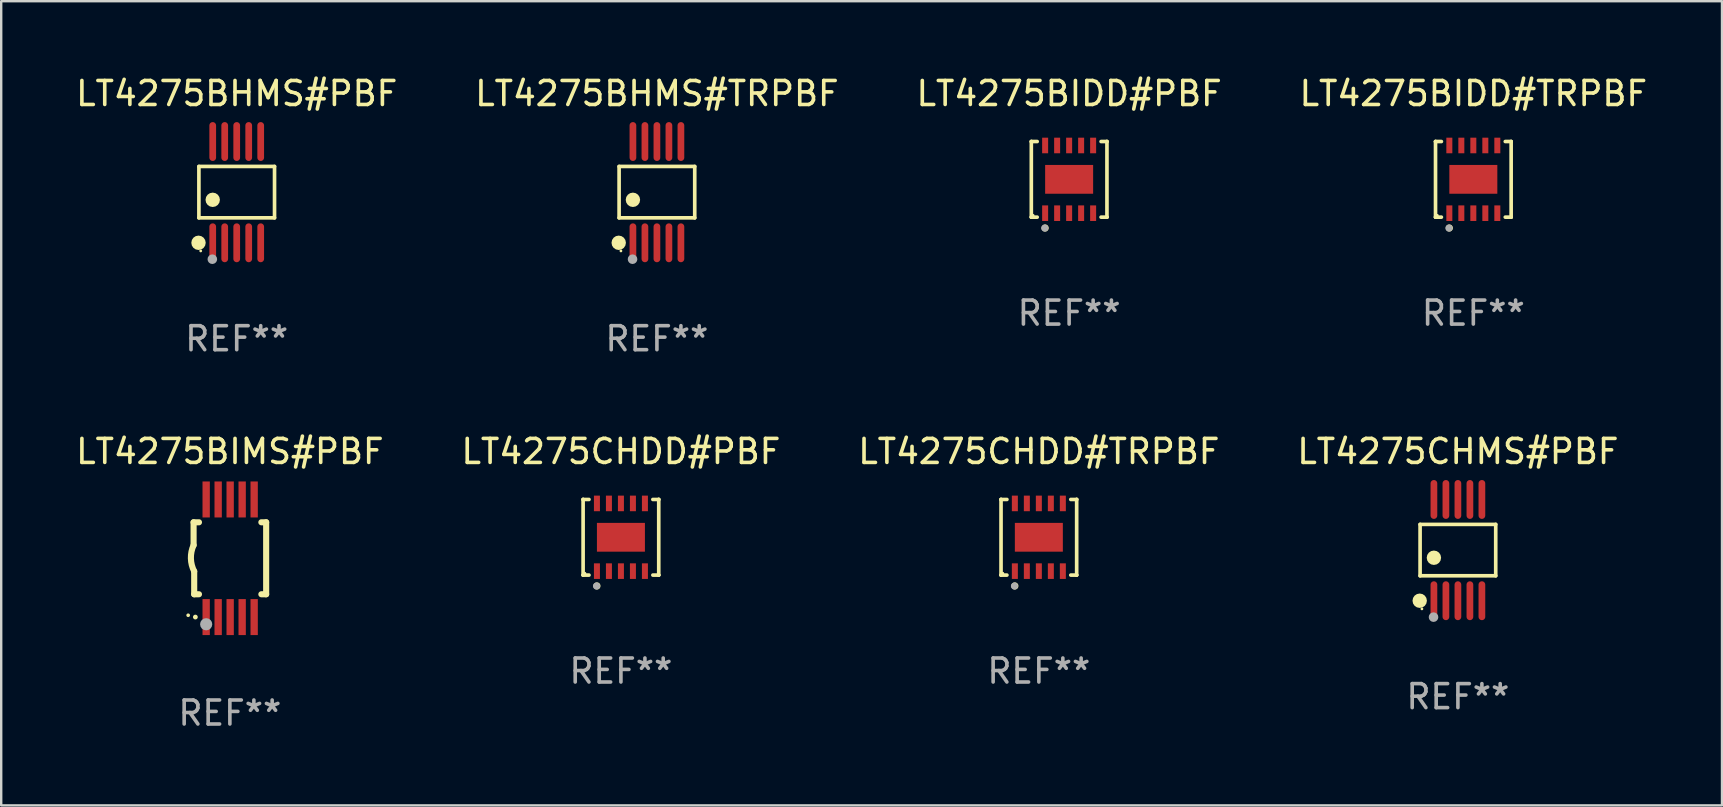
<source format=kicad_pcb>
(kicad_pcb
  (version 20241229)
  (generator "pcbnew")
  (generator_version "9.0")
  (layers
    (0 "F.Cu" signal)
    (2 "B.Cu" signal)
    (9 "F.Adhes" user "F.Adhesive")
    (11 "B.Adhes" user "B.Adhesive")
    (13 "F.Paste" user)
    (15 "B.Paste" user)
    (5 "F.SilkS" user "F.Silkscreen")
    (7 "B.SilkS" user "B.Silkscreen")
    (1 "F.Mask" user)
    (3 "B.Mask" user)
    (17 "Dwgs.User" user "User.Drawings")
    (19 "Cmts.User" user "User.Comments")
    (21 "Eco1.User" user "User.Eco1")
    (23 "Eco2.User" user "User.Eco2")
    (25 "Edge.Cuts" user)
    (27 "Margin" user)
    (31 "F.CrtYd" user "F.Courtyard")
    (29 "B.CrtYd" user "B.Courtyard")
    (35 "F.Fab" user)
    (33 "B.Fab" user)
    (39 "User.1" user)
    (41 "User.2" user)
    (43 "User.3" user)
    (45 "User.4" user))
  (footprint "LT4275BHMS#TRPBF"
    (layer "F.Cu")
    (at 24.327 4.958)
    (property "Reference" "LT4275BHMS#TRPBF" (at 0 -4.11 0) (layer "F.SilkS") (effects (font (size 1 1) (thickness 0.15))))
    (attr through_hole)
    (fp_line (start -1.576 -1.071) (end 1.576 -1.071) (stroke (width 0.152) (type solid)) (layer "F.SilkS"))
    (fp_line (start -1.576 1.071) (end -1.576 -1.071) (stroke (width 0.152) (type solid)) (layer "F.SilkS"))
    (fp_line (start 1.576 -1.071) (end 1.576 1.071) (stroke (width 0.152) (type solid)) (layer "F.SilkS"))
    (fp_line (start 1.576 1.071) (end -1.576 1.071) (stroke (width 0.152) (type solid)) (layer "F.SilkS"))
    (fp_circle (center -1.592 2.11) (end -1.442 2.11) (stroke (width 0.3) (type solid)) (fill no) (layer "F.SilkS"))
    (fp_circle (center -1.5 2.45) (end -1.47 2.45) (stroke (width 0.06) (type solid)) (fill no) (layer "F.SilkS"))
    (fp_circle (center -1 0.319) (end -0.85 0.319) (stroke (width 0.3) (type solid)) (fill no) (layer "F.SilkS"))
    (fp_circle (center -1.016 2.794) (end -0.916 2.794) (stroke (width 0.2) (type solid)) (fill no) (layer "F.Fab"))
    (fp_text user "REF**" (at 0 6.11 0) (layer "F.Fab") (effects (font (size 1 1) (thickness 0.15))))
    (pad "1" smd oval (at -1 2.11) (size 0.28 1.62) (layers "F.Cu" "F.Mask" "F.Paste"))
    (pad "2" smd oval (at -0.5 2.11) (size 0.28 1.62) (layers "F.Cu" "F.Mask" "F.Paste"))
    (pad "3" smd oval (at 0 2.11) (size 0.28 1.62) (layers "F.Cu" "F.Mask" "F.Paste"))
    (pad "4" smd oval (at 0.5 2.11) (size 0.28 1.62) (layers "F.Cu" "F.Mask" "F.Paste"))
    (pad "5" smd oval (at 1 2.11) (size 0.28 1.62) (layers "F.Cu" "F.Mask" "F.Paste"))
    (pad "6" smd oval (at 1 -2.11) (size 0.28 1.62) (layers "F.Cu" "F.Mask" "F.Paste"))
    (pad "7" smd oval (at 0.5 -2.11) (size 0.28 1.62) (layers "F.Cu" "F.Mask" "F.Paste"))
    (pad "8" smd oval (at 0 -2.11) (size 0.28 1.62) (layers "F.Cu" "F.Mask" "F.Paste"))
    (pad "9" smd oval (at -0.5 -2.11) (size 0.28 1.62) (layers "F.Cu" "F.Mask" "F.Paste"))
    (pad "10" smd oval (at -1 -2.11) (size 0.28 1.62) (layers "F.Cu" "F.Mask" "F.Paste")))
  (footprint "LT4275CHDD#TRPBF"
    (layer "F.Cu")
    (at 40.244 19.341)
    (property "Reference" "LT4275CHDD#TRPBF" (at 0 -3.576 0) (layer "F.SilkS") (effects (font (size 1 1) (thickness 0.15))))
    (attr through_hole)
    (fp_line (start -1.576 -1.576) (end -1.576 -1.576) (stroke (width 0.152) (type solid)) (layer "F.SilkS"))
    (fp_line (start -1.576 -1.576) (end -1.331 -1.576) (stroke (width 0.152) (type solid)) (layer "F.SilkS"))
    (fp_line (start -1.576 1.576) (end -1.576 -1.576) (stroke (width 0.152) (type solid)) (layer "F.SilkS"))
    (fp_line (start -1.576 1.576) (end -1.576 1.576) (stroke (width 0.152) (type solid)) (layer "F.SilkS"))
    (fp_line (start -1.331 1.576) (end -1.576 1.576) (stroke (width 0.152) (type solid)) (layer "F.SilkS"))
    (fp_line (start 1.331 1.576) (end 1.576 1.576) (stroke (width 0.152) (type solid)) (layer "F.SilkS"))
    (fp_line (start 1.576 -1.576) (end 1.331 -1.576) (stroke (width 0.152) (type solid)) (layer "F.SilkS"))
    (fp_line (start 1.576 -1.576) (end 1.576 -1.576) (stroke (width 0.152) (type solid)) (layer "F.SilkS"))
    (fp_line (start 1.576 1.576) (end 1.576 -1.576) (stroke (width 0.152) (type solid)) (layer "F.SilkS"))
    (fp_line (start 1.576 1.576) (end 1.576 1.576) (stroke (width 0.152) (type solid)) (layer "F.SilkS"))
    (fp_circle (center -1.5 1.5) (end -1.47 1.5) (stroke (width 0.06) (type solid)) (fill no) (layer "F.SilkS"))
    (fp_circle (center -1 2.028) (end -0.925 2.028) (stroke (width 0.15) (type solid)) (fill no) (layer "F.SilkS"))
    (fp_circle (center -1.016 2.032) (end -0.941 2.032) (stroke (width 0.15) (type solid)) (fill no) (layer "F.Fab"))
    (fp_text user "REF**" (at 0 5.576 0) (layer "F.Fab") (effects (font (size 1 1) (thickness 0.15))))
    (pad "1" smd rect (at -1 1.411) (size 0.25 0.65) (layers "F.Cu" "F.Mask" "F.Paste"))
    (pad "2" smd rect (at -0.5 1.411) (size 0.25 0.65) (layers "F.Cu" "F.Mask" "F.Paste"))
    (pad "3" smd rect (at 0 1.411) (size 0.25 0.65) (layers "F.Cu" "F.Mask" "F.Paste"))
    (pad "4" smd rect (at 0.5 1.411) (size 0.25 0.65) (layers "F.Cu" "F.Mask" "F.Paste"))
    (pad "5" smd rect (at 1 1.411) (size 0.25 0.65) (layers "F.Cu" "F.Mask" "F.Paste"))
    (pad "6" smd rect (at 1 -1.411) (size 0.25 0.65) (layers "F.Cu" "F.Mask" "F.Paste"))
    (pad "7" smd rect (at 0.5 -1.411) (size 0.25 0.65) (layers "F.Cu" "F.Mask" "F.Paste"))
    (pad "8" smd rect (at 0 -1.411) (size 0.25 0.65) (layers "F.Cu" "F.Mask" "F.Paste"))
    (pad "9" smd rect (at -0.5 -1.411) (size 0.25 0.65) (layers "F.Cu" "F.Mask" "F.Paste"))
    (pad "10" smd rect (at -1 -1.411) (size 0.25 0.65) (layers "F.Cu" "F.Mask" "F.Paste"))
    (pad "11" smd rect (at 0 0) (size 2 1.2) (layers "F.Cu" "F.Mask" "F.Paste")))
  (footprint "LT4275BIMS#PBF"
    (layer "F.Cu")
    (at 6.53 20.216)
    (property "Reference" "LT4275BIMS#PBF" (at 0 -4.451 0) (layer "F.SilkS") (effects (font (size 1 1) (thickness 0.15))))
    (attr through_hole)
    (fp_line (start -1.512 -1.5) (end -1.512 -0.546) (stroke (width 0.254) (type solid)) (layer "F.SilkS"))
    (fp_line (start -1.487 0.546) (end -1.487 1.5) (stroke (width 0.254) (type solid)) (layer "F.SilkS"))
    (fp_line (start -1.288 -1.5) (end -1.512 -1.5) (stroke (width 0.254) (type solid)) (layer "F.SilkS"))
    (fp_line (start -1.288 1.5) (end -1.487 1.5) (stroke (width 0.254) (type solid)) (layer "F.SilkS"))
    (fp_line (start 1.512 -1.5) (end 1.312 -1.5) (stroke (width 0.254) (type solid)) (layer "F.SilkS"))
    (fp_line (start 1.512 -1.5) (end 1.512 1.5) (stroke (width 0.254) (type solid)) (layer "F.SilkS"))
    (fp_line (start 1.512 1.5) (end 1.312 1.5) (stroke (width 0.254) (type solid)) (layer "F.SilkS"))
    (fp_arc (start -1.739332 2.375032) (mid -1.738062 2.375026) (end -1.736792 2.375032) (stroke (width 0.150013) (type solid)) (layer "F.SilkS"))
    (fp_arc (start -1.486602 0.546102) (mid -1.624196 0.002905) (end -1.512002 -0.546101) (stroke (width 0.254001) (type solid)) (layer "F.SilkS"))
    (fp_circle (center -1.438 2.45) (end -1.388 2.45) (stroke (width 0.1) (type solid)) (fill no) (layer "F.SilkS"))
    (fp_circle (center -0.988 2.75) (end -0.861 2.75) (stroke (width 0.254) (type solid)) (fill no) (layer "F.Fab"))
    (fp_text user "REF**" (at 0 6.451 0) (layer "F.Fab") (effects (font (size 1 1) (thickness 0.15))))
    (pad "1" smd rect (at -0.988 2.451 90) (size 1.5 0.305) (layers "F.Cu" "F.Mask" "F.Paste"))
    (pad "2" smd rect (at -0.488 2.451 90) (size 1.5 0.305) (layers "F.Cu" "F.Mask" "F.Paste"))
    (pad "3" smd rect (at 0.012 2.451 90) (size 1.5 0.305) (layers "F.Cu" "F.Mask" "F.Paste"))
    (pad "4" smd rect (at 0.512 2.451 90) (size 1.5 0.305) (layers "F.Cu" "F.Mask" "F.Paste"))
    (pad "5" smd rect (at 1.012 2.451 90) (size 1.5 0.305) (layers "F.Cu" "F.Mask" "F.Paste"))
    (pad "6" smd rect (at 1.012 -2.451 90) (size 1.5 0.305) (layers "F.Cu" "F.Mask" "F.Paste"))
    (pad "7" smd rect (at 0.512 -2.451 90) (size 1.5 0.305) (layers "F.Cu" "F.Mask" "F.Paste"))
    (pad "8" smd rect (at 0.012 -2.451 90) (size 1.5 0.305) (layers "F.Cu" "F.Mask" "F.Paste"))
    (pad "9" smd rect (at -0.488 -2.451 90) (size 1.5 0.305) (layers "F.Cu" "F.Mask" "F.Paste"))
    (pad "10" smd rect (at -0.988 -2.451 90) (size 1.5 0.305) (layers "F.Cu" "F.Mask" "F.Paste")))
  (footprint "LT4275BIDD#PBF"
    (layer "F.Cu")
    (at 41.506 4.424)
    (property "Reference" "LT4275BIDD#PBF" (at 0 -3.576 0) (layer "F.SilkS") (effects (font (size 1 1) (thickness 0.15))))
    (attr through_hole)
    (fp_line (start -1.576 -1.576) (end -1.576 -1.576) (stroke (width 0.152) (type solid)) (layer "F.SilkS"))
    (fp_line (start -1.576 -1.576) (end -1.331 -1.576) (stroke (width 0.152) (type solid)) (layer "F.SilkS"))
    (fp_line (start -1.576 1.576) (end -1.576 -1.576) (stroke (width 0.152) (type solid)) (layer "F.SilkS"))
    (fp_line (start -1.576 1.576) (end -1.576 1.576) (stroke (width 0.152) (type solid)) (layer "F.SilkS"))
    (fp_line (start -1.331 1.576) (end -1.576 1.576) (stroke (width 0.152) (type solid)) (layer "F.SilkS"))
    (fp_line (start 1.331 1.576) (end 1.576 1.576) (stroke (width 0.152) (type solid)) (layer "F.SilkS"))
    (fp_line (start 1.576 -1.576) (end 1.331 -1.576) (stroke (width 0.152) (type solid)) (layer "F.SilkS"))
    (fp_line (start 1.576 -1.576) (end 1.576 -1.576) (stroke (width 0.152) (type solid)) (layer "F.SilkS"))
    (fp_line (start 1.576 1.576) (end 1.576 -1.576) (stroke (width 0.152) (type solid)) (layer "F.SilkS"))
    (fp_line (start 1.576 1.576) (end 1.576 1.576) (stroke (width 0.152) (type solid)) (layer "F.SilkS"))
    (fp_circle (center -1.5 1.5) (end -1.47 1.5) (stroke (width 0.06) (type solid)) (fill no) (layer "F.SilkS"))
    (fp_circle (center -1 2.028) (end -0.925 2.028) (stroke (width 0.15) (type solid)) (fill no) (layer "F.SilkS"))
    (fp_circle (center -1.016 2.032) (end -0.941 2.032) (stroke (width 0.15) (type solid)) (fill no) (layer "F.Fab"))
    (fp_text user "REF**" (at 0 5.576 0) (layer "F.Fab") (effects (font (size 1 1) (thickness 0.15))))
    (pad "1" smd rect (at -1 1.411) (size 0.25 0.65) (layers "F.Cu" "F.Mask" "F.Paste"))
    (pad "2" smd rect (at -0.5 1.411) (size 0.25 0.65) (layers "F.Cu" "F.Mask" "F.Paste"))
    (pad "3" smd rect (at 0 1.411) (size 0.25 0.65) (layers "F.Cu" "F.Mask" "F.Paste"))
    (pad "4" smd rect (at 0.5 1.411) (size 0.25 0.65) (layers "F.Cu" "F.Mask" "F.Paste"))
    (pad "5" smd rect (at 1 1.411) (size 0.25 0.65) (layers "F.Cu" "F.Mask" "F.Paste"))
    (pad "6" smd rect (at 1 -1.411) (size 0.25 0.65) (layers "F.Cu" "F.Mask" "F.Paste"))
    (pad "7" smd rect (at 0.5 -1.411) (size 0.25 0.65) (layers "F.Cu" "F.Mask" "F.Paste"))
    (pad "8" smd rect (at 0 -1.411) (size 0.25 0.65) (layers "F.Cu" "F.Mask" "F.Paste"))
    (pad "9" smd rect (at -0.5 -1.411) (size 0.25 0.65) (layers "F.Cu" "F.Mask" "F.Paste"))
    (pad "10" smd rect (at -1 -1.411) (size 0.25 0.65) (layers "F.Cu" "F.Mask" "F.Paste"))
    (pad "11" smd rect (at 0 0) (size 2 1.2) (layers "F.Cu" "F.Mask" "F.Paste")))
  (footprint "LT4275CHMS#PBF"
    (layer "F.Cu")
    (at 57.708 19.875)
    (property "Reference" "LT4275CHMS#PBF" (at 0 -4.11 0) (layer "F.SilkS") (effects (font (size 1 1) (thickness 0.15))))
    (attr through_hole)
    (fp_line (start -1.576 -1.071) (end 1.576 -1.071) (stroke (width 0.152) (type solid)) (layer "F.SilkS"))
    (fp_line (start -1.576 1.071) (end -1.576 -1.071) (stroke (width 0.152) (type solid)) (layer "F.SilkS"))
    (fp_line (start 1.576 -1.071) (end 1.576 1.071) (stroke (width 0.152) (type solid)) (layer "F.SilkS"))
    (fp_line (start 1.576 1.071) (end -1.576 1.071) (stroke (width 0.152) (type solid)) (layer "F.SilkS"))
    (fp_circle (center -1.592 2.11) (end -1.442 2.11) (stroke (width 0.3) (type solid)) (fill no) (layer "F.SilkS"))
    (fp_circle (center -1.5 2.45) (end -1.47 2.45) (stroke (width 0.06) (type solid)) (fill no) (layer "F.SilkS"))
    (fp_circle (center -1 0.319) (end -0.85 0.319) (stroke (width 0.3) (type solid)) (fill no) (layer "F.SilkS"))
    (fp_circle (center -1.016 2.794) (end -0.916 2.794) (stroke (width 0.2) (type solid)) (fill no) (layer "F.Fab"))
    (fp_text user "REF**" (at 0 6.11 0) (layer "F.Fab") (effects (font (size 1 1) (thickness 0.15))))
    (pad "1" smd oval (at -1 2.11) (size 0.28 1.62) (layers "F.Cu" "F.Mask" "F.Paste"))
    (pad "2" smd oval (at -0.5 2.11) (size 0.28 1.62) (layers "F.Cu" "F.Mask" "F.Paste"))
    (pad "3" smd oval (at 0 2.11) (size 0.28 1.62) (layers "F.Cu" "F.Mask" "F.Paste"))
    (pad "4" smd oval (at 0.5 2.11) (size 0.28 1.62) (layers "F.Cu" "F.Mask" "F.Paste"))
    (pad "5" smd oval (at 1 2.11) (size 0.28 1.62) (layers "F.Cu" "F.Mask" "F.Paste"))
    (pad "6" smd oval (at 1 -2.11) (size 0.28 1.62) (layers "F.Cu" "F.Mask" "F.Paste"))
    (pad "7" smd oval (at 0.5 -2.11) (size 0.28 1.62) (layers "F.Cu" "F.Mask" "F.Paste"))
    (pad "8" smd oval (at 0 -2.11) (size 0.28 1.62) (layers "F.Cu" "F.Mask" "F.Paste"))
    (pad "9" smd oval (at -0.5 -2.11) (size 0.28 1.62) (layers "F.Cu" "F.Mask" "F.Paste"))
    (pad "10" smd oval (at -1 -2.11) (size 0.28 1.62) (layers "F.Cu" "F.Mask" "F.Paste")))
  (footprint "LT4275BHMS#PBF"
    (layer "F.Cu")
    (at 6.815 4.958)
    (property "Reference" "LT4275BHMS#PBF" (at 0 -4.11 0) (layer "F.SilkS") (effects (font (size 1 1) (thickness 0.15))))
    (attr through_hole)
    (fp_line (start -1.576 -1.071) (end 1.576 -1.071) (stroke (width 0.152) (type solid)) (layer "F.SilkS"))
    (fp_line (start -1.576 1.071) (end -1.576 -1.071) (stroke (width 0.152) (type solid)) (layer "F.SilkS"))
    (fp_line (start 1.576 -1.071) (end 1.576 1.071) (stroke (width 0.152) (type solid)) (layer "F.SilkS"))
    (fp_line (start 1.576 1.071) (end -1.576 1.071) (stroke (width 0.152) (type solid)) (layer "F.SilkS"))
    (fp_circle (center -1.592 2.11) (end -1.442 2.11) (stroke (width 0.3) (type solid)) (fill no) (layer "F.SilkS"))
    (fp_circle (center -1.5 2.45) (end -1.47 2.45) (stroke (width 0.06) (type solid)) (fill no) (layer "F.SilkS"))
    (fp_circle (center -1 0.319) (end -0.85 0.319) (stroke (width 0.3) (type solid)) (fill no) (layer "F.SilkS"))
    (fp_circle (center -1.016 2.794) (end -0.916 2.794) (stroke (width 0.2) (type solid)) (fill no) (layer "F.Fab"))
    (fp_text user "REF**" (at 0 6.11 0) (layer "F.Fab") (effects (font (size 1 1) (thickness 0.15))))
    (pad "1" smd oval (at -1 2.11) (size 0.28 1.62) (layers "F.Cu" "F.Mask" "F.Paste"))
    (pad "2" smd oval (at -0.5 2.11) (size 0.28 1.62) (layers "F.Cu" "F.Mask" "F.Paste"))
    (pad "3" smd oval (at 0 2.11) (size 0.28 1.62) (layers "F.Cu" "F.Mask" "F.Paste"))
    (pad "4" smd oval (at 0.5 2.11) (size 0.28 1.62) (layers "F.Cu" "F.Mask" "F.Paste"))
    (pad "5" smd oval (at 1 2.11) (size 0.28 1.62) (layers "F.Cu" "F.Mask" "F.Paste"))
    (pad "6" smd oval (at 1 -2.11) (size 0.28 1.62) (layers "F.Cu" "F.Mask" "F.Paste"))
    (pad "7" smd oval (at 0.5 -2.11) (size 0.28 1.62) (layers "F.Cu" "F.Mask" "F.Paste"))
    (pad "8" smd oval (at 0 -2.11) (size 0.28 1.62) (layers "F.Cu" "F.Mask" "F.Paste"))
    (pad "9" smd oval (at -0.5 -2.11) (size 0.28 1.62) (layers "F.Cu" "F.Mask" "F.Paste"))
    (pad "10" smd oval (at -1 -2.11) (size 0.28 1.62) (layers "F.Cu" "F.Mask" "F.Paste")))
  (footprint "LT4275BIDD#TRPBF"
    (layer "F.Cu")
    (at 58.351 4.424)
    (property "Reference" "LT4275BIDD#TRPBF" (at 0 -3.576 0) (layer "F.SilkS") (effects (font (size 1 1) (thickness 0.15))))
    (attr through_hole)
    (fp_line (start -1.576 -1.576) (end -1.576 -1.576) (stroke (width 0.152) (type solid)) (layer "F.SilkS"))
    (fp_line (start -1.576 -1.576) (end -1.331 -1.576) (stroke (width 0.152) (type solid)) (layer "F.SilkS"))
    (fp_line (start -1.576 1.576) (end -1.576 -1.576) (stroke (width 0.152) (type solid)) (layer "F.SilkS"))
    (fp_line (start -1.576 1.576) (end -1.576 1.576) (stroke (width 0.152) (type solid)) (layer "F.SilkS"))
    (fp_line (start -1.331 1.576) (end -1.576 1.576) (stroke (width 0.152) (type solid)) (layer "F.SilkS"))
    (fp_line (start 1.331 1.576) (end 1.576 1.576) (stroke (width 0.152) (type solid)) (layer "F.SilkS"))
    (fp_line (start 1.576 -1.576) (end 1.331 -1.576) (stroke (width 0.152) (type solid)) (layer "F.SilkS"))
    (fp_line (start 1.576 -1.576) (end 1.576 -1.576) (stroke (width 0.152) (type solid)) (layer "F.SilkS"))
    (fp_line (start 1.576 1.576) (end 1.576 -1.576) (stroke (width 0.152) (type solid)) (layer "F.SilkS"))
    (fp_line (start 1.576 1.576) (end 1.576 1.576) (stroke (width 0.152) (type solid)) (layer "F.SilkS"))
    (fp_circle (center -1.5 1.5) (end -1.47 1.5) (stroke (width 0.06) (type solid)) (fill no) (layer "F.SilkS"))
    (fp_circle (center -1 2.028) (end -0.925 2.028) (stroke (width 0.15) (type solid)) (fill no) (layer "F.SilkS"))
    (fp_circle (center -1.016 2.032) (end -0.941 2.032) (stroke (width 0.15) (type solid)) (fill no) (layer "F.Fab"))
    (fp_text user "REF**" (at 0 5.576 0) (layer "F.Fab") (effects (font (size 1 1) (thickness 0.15))))
    (pad "1" smd rect (at -1 1.411) (size 0.25 0.65) (layers "F.Cu" "F.Mask" "F.Paste"))
    (pad "2" smd rect (at -0.5 1.411) (size 0.25 0.65) (layers "F.Cu" "F.Mask" "F.Paste"))
    (pad "3" smd rect (at 0 1.411) (size 0.25 0.65) (layers "F.Cu" "F.Mask" "F.Paste"))
    (pad "4" smd rect (at 0.5 1.411) (size 0.25 0.65) (layers "F.Cu" "F.Mask" "F.Paste"))
    (pad "5" smd rect (at 1 1.411) (size 0.25 0.65) (layers "F.Cu" "F.Mask" "F.Paste"))
    (pad "6" smd rect (at 1 -1.411) (size 0.25 0.65) (layers "F.Cu" "F.Mask" "F.Paste"))
    (pad "7" smd rect (at 0.5 -1.411) (size 0.25 0.65) (layers "F.Cu" "F.Mask" "F.Paste"))
    (pad "8" smd rect (at 0 -1.411) (size 0.25 0.65) (layers "F.Cu" "F.Mask" "F.Paste"))
    (pad "9" smd rect (at -0.5 -1.411) (size 0.25 0.65) (layers "F.Cu" "F.Mask" "F.Paste"))
    (pad "10" smd rect (at -1 -1.411) (size 0.25 0.65) (layers "F.Cu" "F.Mask" "F.Paste"))
    (pad "11" smd rect (at 0 0) (size 2 1.2) (layers "F.Cu" "F.Mask" "F.Paste")))
  (footprint "LT4275CHDD#PBF"
    (layer "F.Cu")
    (at 22.827 19.341)
    (property "Reference" "LT4275CHDD#PBF" (at 0 -3.576 0) (layer "F.SilkS") (effects (font (size 1 1) (thickness 0.15))))
    (attr through_hole)
    (fp_line (start -1.576 -1.576) (end -1.576 -1.576) (stroke (width 0.152) (type solid)) (layer "F.SilkS"))
    (fp_line (start -1.576 -1.576) (end -1.331 -1.576) (stroke (width 0.152) (type solid)) (layer "F.SilkS"))
    (fp_line (start -1.576 1.576) (end -1.576 -1.576) (stroke (width 0.152) (type solid)) (layer "F.SilkS"))
    (fp_line (start -1.576 1.576) (end -1.576 1.576) (stroke (width 0.152) (type solid)) (layer "F.SilkS"))
    (fp_line (start -1.331 1.576) (end -1.576 1.576) (stroke (width 0.152) (type solid)) (layer "F.SilkS"))
    (fp_line (start 1.331 1.576) (end 1.576 1.576) (stroke (width 0.152) (type solid)) (layer "F.SilkS"))
    (fp_line (start 1.576 -1.576) (end 1.331 -1.576) (stroke (width 0.152) (type solid)) (layer "F.SilkS"))
    (fp_line (start 1.576 -1.576) (end 1.576 -1.576) (stroke (width 0.152) (type solid)) (layer "F.SilkS"))
    (fp_line (start 1.576 1.576) (end 1.576 -1.576) (stroke (width 0.152) (type solid)) (layer "F.SilkS"))
    (fp_line (start 1.576 1.576) (end 1.576 1.576) (stroke (width 0.152) (type solid)) (layer "F.SilkS"))
    (fp_circle (center -1.5 1.5) (end -1.47 1.5) (stroke (width 0.06) (type solid)) (fill no) (layer "F.SilkS"))
    (fp_circle (center -1 2.028) (end -0.925 2.028) (stroke (width 0.15) (type solid)) (fill no) (layer "F.SilkS"))
    (fp_circle (center -1.016 2.032) (end -0.941 2.032) (stroke (width 0.15) (type solid)) (fill no) (layer "F.Fab"))
    (fp_text user "REF**" (at 0 5.576 0) (layer "F.Fab") (effects (font (size 1 1) (thickness 0.15))))
    (pad "1" smd rect (at -1 1.411) (size 0.25 0.65) (layers "F.Cu" "F.Mask" "F.Paste"))
    (pad "2" smd rect (at -0.5 1.411) (size 0.25 0.65) (layers "F.Cu" "F.Mask" "F.Paste"))
    (pad "3" smd rect (at 0 1.411) (size 0.25 0.65) (layers "F.Cu" "F.Mask" "F.Paste"))
    (pad "4" smd rect (at 0.5 1.411) (size 0.25 0.65) (layers "F.Cu" "F.Mask" "F.Paste"))
    (pad "5" smd rect (at 1 1.411) (size 0.25 0.65) (layers "F.Cu" "F.Mask" "F.Paste"))
    (pad "6" smd rect (at 1 -1.411) (size 0.25 0.65) (layers "F.Cu" "F.Mask" "F.Paste"))
    (pad "7" smd rect (at 0.5 -1.411) (size 0.25 0.65) (layers "F.Cu" "F.Mask" "F.Paste"))
    (pad "8" smd rect (at 0 -1.411) (size 0.25 0.65) (layers "F.Cu" "F.Mask" "F.Paste"))
    (pad "9" smd rect (at -0.5 -1.411) (size 0.25 0.65) (layers "F.Cu" "F.Mask" "F.Paste"))
    (pad "10" smd rect (at -1 -1.411) (size 0.25 0.65) (layers "F.Cu" "F.Mask" "F.Paste"))
    (pad "11" smd rect (at 0 0) (size 2 1.2) (layers "F.Cu" "F.Mask" "F.Paste")))
  (gr_rect
    (start -3 -3)
    (end 68.714 30.515)
    (stroke (width 0.1) (type default))
    (fill no)
    (layer "Edge.Cuts")))
</source>
